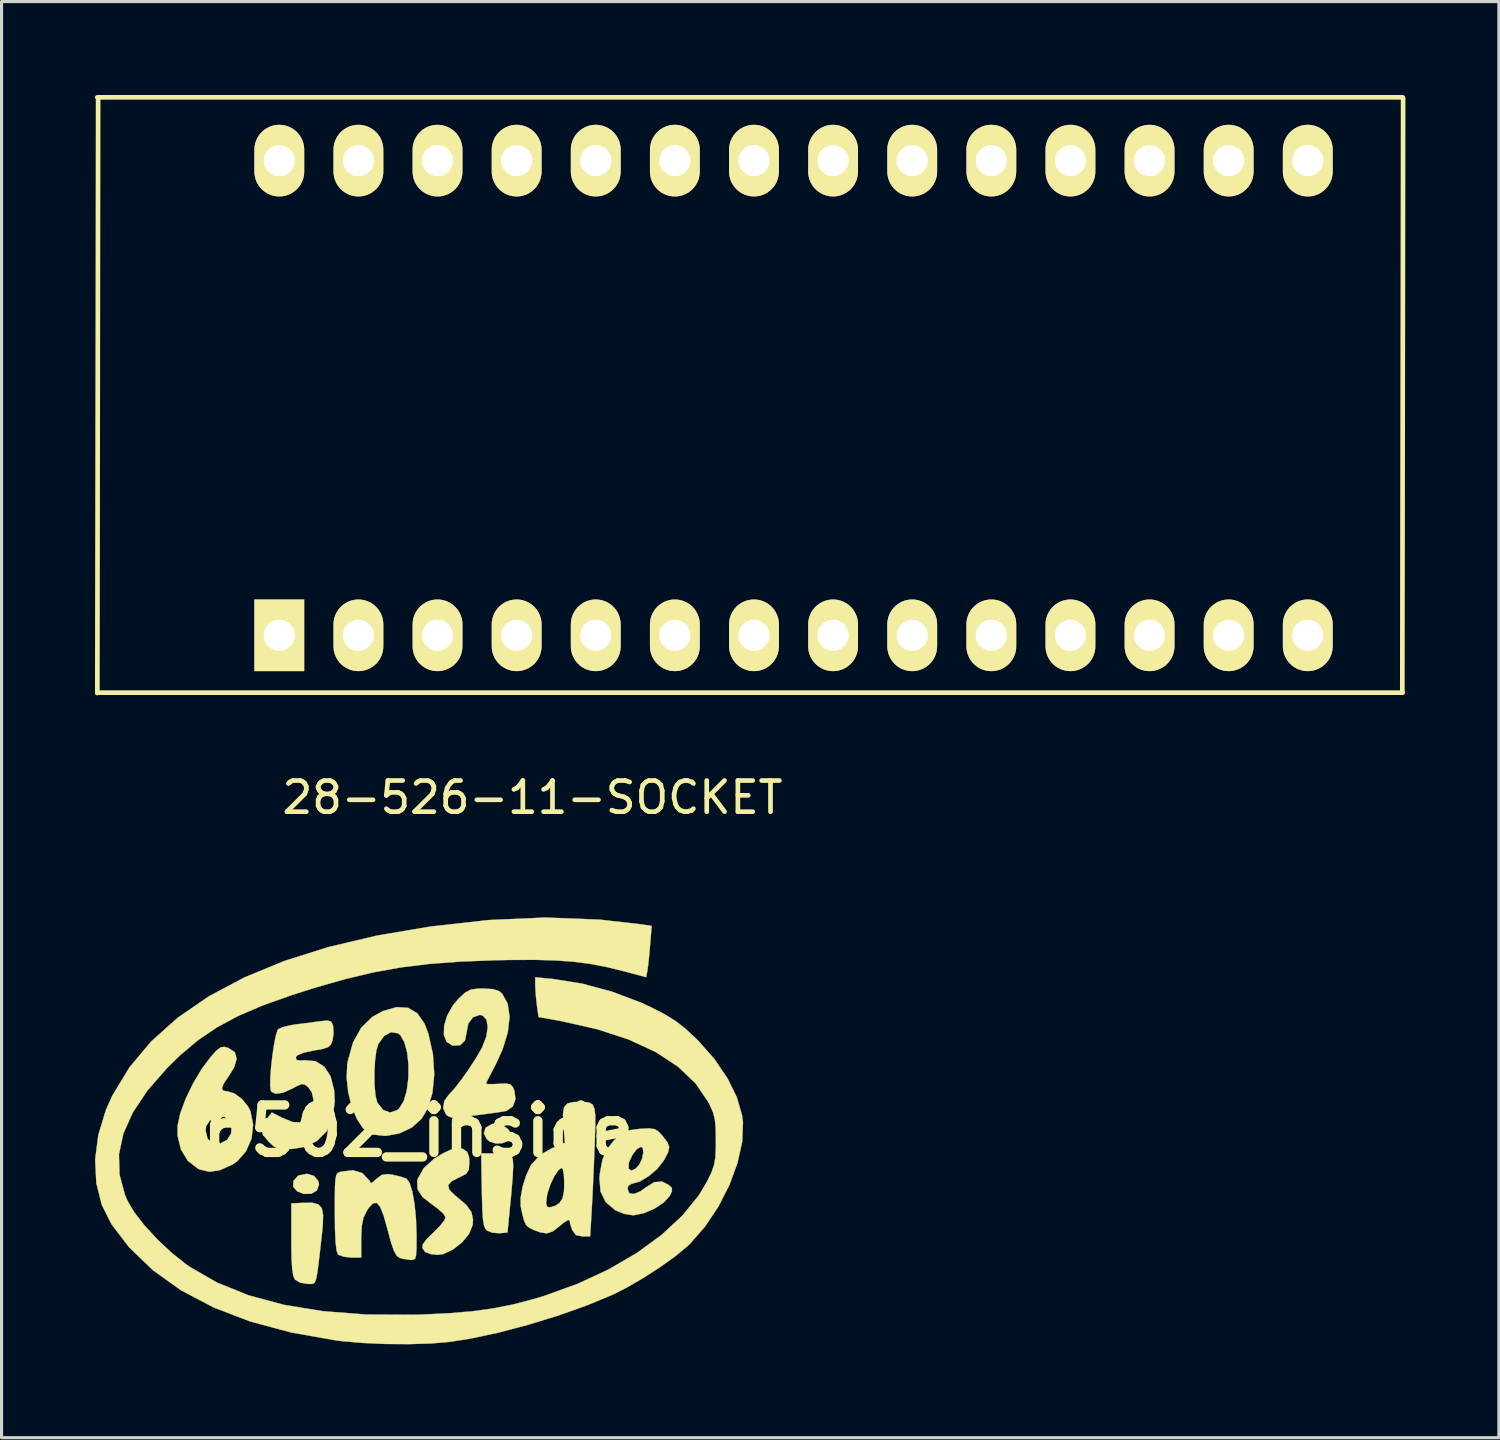
<source format=kicad_pcb>
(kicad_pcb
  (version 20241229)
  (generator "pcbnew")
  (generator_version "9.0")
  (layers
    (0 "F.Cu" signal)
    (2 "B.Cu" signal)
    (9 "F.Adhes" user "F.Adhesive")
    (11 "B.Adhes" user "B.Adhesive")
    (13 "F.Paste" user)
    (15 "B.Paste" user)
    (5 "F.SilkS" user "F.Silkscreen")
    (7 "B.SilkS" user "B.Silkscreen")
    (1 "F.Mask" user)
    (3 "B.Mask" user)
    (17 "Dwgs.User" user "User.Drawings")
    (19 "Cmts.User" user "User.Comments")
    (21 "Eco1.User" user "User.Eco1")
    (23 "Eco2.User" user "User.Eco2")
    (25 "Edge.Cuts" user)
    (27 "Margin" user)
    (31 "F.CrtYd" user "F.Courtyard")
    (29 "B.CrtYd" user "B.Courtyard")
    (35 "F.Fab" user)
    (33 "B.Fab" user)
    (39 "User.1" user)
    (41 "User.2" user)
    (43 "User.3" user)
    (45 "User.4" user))
  (footprint "6502_inside"
    (layer "F.Cu")
    (at 10.409 33.259)
    (property "Reference" "6502_inside" (at 0 0 0) (layer "F.SilkS") (effects (font (size 1.524 1.524) (thickness 0.3))))
    (attr through_hole)
    (fp_poly (pts (xy -3.38 1.444) (xy -3.241 1.604) (xy -3.217 1.725) (xy -3.286 1.914) (xy -3.464 2.018) (xy -3.704 2.022) (xy -3.916 1.941) (xy -4.046 1.789) (xy -4.039 1.606) (xy -3.901 1.45) (xy -3.852 1.424) (xy -3.6 1.376) (xy -3.38 1.444)) (stroke (width 0.01) (type solid)) (fill yes) (layer "F.SilkS"))
    (fp_poly (pts (xy 2.629 -0.22) (xy 2.854 -0.055) (xy 2.915 0.032) (xy 2.944 0.191) (xy 2.85 0.316) (xy 2.675 0.392) (xy 2.465 0.405) (xy 2.264 0.342) (xy 2.17 0.266) (xy 2.075 0.069) (xy 2.135 -0.105) (xy 2.337 -0.221) (xy 2.351 -0.225) (xy 2.629 -0.22)) (stroke (width 0.01) (type solid)) (fill yes) (layer "F.SilkS"))
    (fp_poly (pts (xy 2.434 0.723) (xy 2.703 0.742) (xy 2.907 0.786) (xy 2.97 0.82) (xy 3.006 0.916) (xy 3.017 1.123) (xy 3.002 1.457) (xy 2.963 1.936) (xy 2.949 2.086) (xy 2.834 3.26) (xy 2.581 3.285) (xy 2.347 3.267) (xy 2.18 3.2) (xy 2.119 3.134) (xy 2.076 3.023) (xy 2.047 2.837) (xy 2.028 2.55) (xy 2.015 2.133) (xy 2.01 1.905) (xy 1.99 0.72) (xy 2.434 0.723)) (stroke (width 0.01) (type solid)) (fill yes) (layer "F.SilkS"))
    (fp_poly (pts (xy -3.238 2.356) (xy -3.127 2.481) (xy -3.085 2.707) (xy -3.098 3.059) (xy -3.129 3.359) (xy -3.191 3.906) (xy -3.238 4.308) (xy -3.276 4.587) (xy -3.313 4.765) (xy -3.354 4.864) (xy -3.407 4.906) (xy -3.478 4.914) (xy -3.574 4.911) (xy -3.593 4.911) (xy -3.829 4.869) (xy -3.99 4.771) (xy -4.042 4.656) (xy -4.077 4.444) (xy -4.098 4.111) (xy -4.106 3.638) (xy -4.106 3.48) (xy -4.106 2.328) (xy -3.725 2.308) (xy -3.433 2.306) (xy -3.238 2.356)) (stroke (width 0.01) (type solid)) (fill yes) (layer "F.SilkS"))
    (fp_poly (pts (xy 1.388 0.574) (xy 1.41 0.583) (xy 1.545 0.681) (xy 1.601 0.847) (xy 1.609 1.013) (xy 1.592 1.242) (xy 1.515 1.371) (xy 1.336 1.466) (xy 1.333 1.467) (xy 1.05 1.609) (xy 0.929 1.742) (xy 0.967 1.891) (xy 1.159 2.079) (xy 1.221 2.127) (xy 1.514 2.379) (xy 1.676 2.606) (xy 1.728 2.848) (xy 1.714 3.028) (xy 1.601 3.306) (xy 1.373 3.58) (xy 1.08 3.81) (xy 0.771 3.953) (xy 0.598 3.979) (xy 0.364 3.953) (xy 0.199 3.889) (xy 0.186 3.878) (xy 0.105 3.764) (xy 0.113 3.646) (xy 0.225 3.49) (xy 0.456 3.264) (xy 0.466 3.255) (xy 0.668 3.049) (xy 0.807 2.869) (xy 0.847 2.774) (xy 0.78 2.661) (xy 0.607 2.502) (xy 0.423 2.37) (xy 0.105 2.12) (xy -0.054 1.87) (xy -0.064 1.603) (xy -0.046 1.537) (xy 0.145 1.197) (xy 0.483 0.888) (xy 0.783 0.709) (xy 1.054 0.585) (xy 1.238 0.544) (xy 1.388 0.574)) (stroke (width 0.01) (type solid)) (fill yes) (layer "F.SilkS"))
    (fp_poly (pts (xy -6.128 -2.664) (xy -5.919 -2.526) (xy -5.86 -2.311) (xy -5.95 -2.025) (xy -6.092 -1.797) (xy -6.27 -1.532) (xy -6.336 -1.371) (xy -6.294 -1.291) (xy -6.151 -1.27) (xy -5.926 -1.2) (xy -5.689 -1.021) (xy -5.491 -0.779) (xy -5.418 -0.633) (xy -5.332 -0.196) (xy -5.384 0.247) (xy -5.559 0.651) (xy -5.841 0.974) (xy -6 1.081) (xy -6.402 1.262) (xy -6.74 1.311) (xy -7.055 1.235) (xy -7.112 1.207) (xy -7.431 0.957) (xy -7.651 0.593) (xy -7.758 0.15) (xy -7.758 -0.007) (xy -6.858 -0.007) (xy -6.794 0.251) (xy -6.631 0.398) (xy -6.41 0.416) (xy -6.172 0.288) (xy -6.166 0.283) (xy -6.04 0.086) (xy -6.025 -0.134) (xy -6.104 -0.329) (xy -6.256 -0.453) (xy -6.464 -0.459) (xy -6.465 -0.458) (xy -6.723 -0.335) (xy -6.842 -0.152) (xy -6.858 -0.007) (xy -7.758 -0.007) (xy -7.757 -0.169) (xy -7.673 -0.56) (xy -7.5 -1.027) (xy -7.263 -1.52) (xy -6.985 -1.987) (xy -6.699 -2.37) (xy -6.508 -2.581) (xy -6.377 -2.683) (xy -6.257 -2.7) (xy -6.128 -2.664)) (stroke (width 0.01) (type solid)) (fill yes) (layer "F.SilkS"))
    (fp_poly (pts (xy -0.356 -3.952) (xy -0.059 -3.775) (xy 0.171 -3.444) (xy 0.294 -3.122) (xy 0.44 -2.465) (xy 0.483 -1.824) (xy 0.427 -1.233) (xy 0.273 -0.723) (xy 0.078 -0.392) (xy -0.239 -0.108) (xy -0.643 0.082) (xy -1.079 0.161) (xy -1.493 0.115) (xy -1.581 0.084) (xy -1.806 -0.088) (xy -2.005 -0.391) (xy -2.167 -0.787) (xy -2.279 -1.238) (xy -2.33 -1.706) (xy -2.323 -1.862) (xy -1.439 -1.862) (xy -1.434 -1.477) (xy -1.405 -1.145) (xy -1.349 -0.92) (xy -1.342 -0.905) (xy -1.156 -0.673) (xy -0.937 -0.591) (xy -0.713 -0.664) (xy -0.644 -0.723) (xy -0.498 -0.957) (xy -0.4 -1.294) (xy -0.349 -1.692) (xy -0.344 -2.11) (xy -0.385 -2.507) (xy -0.472 -2.841) (xy -0.603 -3.073) (xy -0.681 -3.135) (xy -0.906 -3.17) (xy -1.126 -3.05) (xy -1.311 -2.796) (xy -1.377 -2.576) (xy -1.419 -2.247) (xy -1.439 -1.862) (xy -2.323 -1.862) (xy -2.309 -2.153) (xy -2.297 -2.222) (xy -2.126 -2.838) (xy -1.861 -3.316) (xy -1.497 -3.667) (xy -1.166 -3.848) (xy -0.723 -3.975) (xy -0.356 -3.952)) (stroke (width 0.01) (type solid)) (fill yes) (layer "F.SilkS"))
    (fp_poly (pts (xy -1.824 1.355) (xy -1.602 1.59) (xy -1.552 1.679) (xy -1.491 1.647) (xy -1.362 1.531) (xy -1.358 1.528) (xy -1.195 1.408) (xy -0.999 1.386) (xy -0.865 1.405) (xy -0.618 1.462) (xy -0.427 1.526) (xy -0.411 1.533) (xy -0.31 1.668) (xy -0.222 1.944) (xy -0.152 2.335) (xy -0.104 2.811) (xy -0.085 3.346) (xy -0.085 3.415) (xy -0.087 3.768) (xy -0.1 3.984) (xy -0.131 4.097) (xy -0.191 4.138) (xy -0.275 4.143) (xy -0.514 4.108) (xy -0.635 4.072) (xy -0.728 3.999) (xy -0.816 3.837) (xy -0.91 3.561) (xy -1.016 3.168) (xy -1.139 2.726) (xy -1.251 2.443) (xy -1.361 2.311) (xy -1.479 2.32) (xy -1.615 2.462) (xy -1.684 2.567) (xy -1.79 2.788) (xy -1.845 3.055) (xy -1.863 3.425) (xy -1.863 3.46) (xy -1.863 4.064) (xy -2.184 4.064) (xy -2.421 4.039) (xy -2.591 3.976) (xy -2.608 3.962) (xy -2.654 3.84) (xy -2.685 3.573) (xy -2.704 3.153) (xy -2.709 2.609) (xy -2.709 2.126) (xy -2.704 1.785) (xy -2.69 1.561) (xy -2.665 1.426) (xy -2.623 1.355) (xy -2.56 1.322) (xy -2.509 1.308) (xy -2.121 1.263) (xy -1.824 1.355)) (stroke (width 0.01) (type solid)) (fill yes) (layer "F.SilkS"))
    (fp_poly (pts (xy 7.556 -0.058) (xy 7.685 0.023) (xy 7.817 0.167) (xy 7.97 0.366) (xy 8.027 0.52) (xy 7.989 0.691) (xy 7.857 0.938) (xy 7.84 0.967) (xy 7.641 1.219) (xy 7.372 1.45) (xy 7.088 1.62) (xy 6.841 1.693) (xy 6.825 1.693) (xy 6.712 1.764) (xy 6.689 1.863) (xy 6.745 2.001) (xy 6.895 2.024) (xy 7.11 1.934) (xy 7.266 1.82) (xy 7.547 1.645) (xy 7.801 1.628) (xy 8.006 1.731) (xy 8.113 1.832) (xy 8.113 1.941) (xy 8.043 2.084) (xy 7.854 2.296) (xy 7.558 2.492) (xy 7.216 2.64) (xy 6.891 2.706) (xy 6.858 2.707) (xy 6.577 2.662) (xy 6.302 2.55) (xy 6.291 2.543) (xy 5.986 2.282) (xy 5.821 1.944) (xy 5.786 1.512) (xy 5.8 1.364) (xy 5.828 1.216) (xy 6.725 1.216) (xy 6.811 1.276) (xy 6.95 1.211) (xy 7.065 1.082) (xy 7.154 0.897) (xy 7.194 0.7) (xy 7.18 0.552) (xy 7.125 0.508) (xy 6.994 0.579) (xy 6.853 0.755) (xy 6.746 0.979) (xy 6.728 1.037) (xy 6.725 1.216) (xy 5.828 1.216) (xy 5.881 0.933) (xy 6.018 0.606) (xy 6.241 0.318) (xy 6.342 0.217) (xy 6.54 0.062) (xy 6.76 -0.023) (xy 7.074 -0.066) (xy 7.097 -0.067) (xy 7.38 -0.081) (xy 7.556 -0.058)) (stroke (width 0.01) (type solid)) (fill yes) (layer "F.SilkS"))
    (fp_poly (pts (xy 2.367 -4.553) (xy 2.566 -4.488) (xy 2.661 -4.409) (xy 2.84 -4.089) (xy 2.901 -3.67) (xy 2.846 -3.171) (xy 2.675 -2.615) (xy 2.471 -2.165) (xy 2.323 -1.879) (xy 2.207 -1.656) (xy 2.144 -1.534) (xy 2.138 -1.524) (xy 2.201 -1.505) (xy 2.385 -1.503) (xy 2.539 -1.511) (xy 2.793 -1.521) (xy 2.933 -1.49) (xy 3.012 -1.398) (xy 3.052 -1.302) (xy 3.092 -1.021) (xy 3.005 -0.787) (xy 2.81 -0.648) (xy 2.776 -0.638) (xy 2.612 -0.61) (xy 2.335 -0.57) (xy 1.998 -0.526) (xy 1.649 -0.483) (xy 1.339 -0.448) (xy 1.12 -0.427) (xy 1.056 -0.423) (xy 0.922 -0.478) (xy 0.864 -0.525) (xy 0.769 -0.726) (xy 0.805 -0.962) (xy 0.941 -1.151) (xy 1.117 -1.342) (xy 1.344 -1.633) (xy 1.588 -1.977) (xy 1.816 -2.327) (xy 1.996 -2.636) (xy 2.022 -2.685) (xy 2.154 -3.027) (xy 2.2 -3.333) (xy 2.161 -3.57) (xy 2.04 -3.705) (xy 1.944 -3.725) (xy 1.726 -3.649) (xy 1.576 -3.448) (xy 1.524 -3.179) (xy 1.469 -2.902) (xy 1.314 -2.751) (xy 1.074 -2.74) (xy 1.061 -2.744) (xy 0.877 -2.864) (xy 0.792 -3.086) (xy 0.8 -3.375) (xy 0.897 -3.7) (xy 1.078 -4.025) (xy 1.268 -4.251) (xy 1.475 -4.441) (xy 1.653 -4.536) (xy 1.879 -4.569) (xy 2.051 -4.572) (xy 2.367 -4.553)) (stroke (width 0.01) (type solid)) (fill yes) (layer "F.SilkS"))
    (fp_poly (pts (xy 5.306 -0.93) (xy 5.462 -0.91) (xy 5.565 -0.848) (xy 5.625 -0.719) (xy 5.652 -0.501) (xy 5.653 -0.17) (xy 5.638 0.299) (xy 5.631 0.497) (xy 5.61 1.034) (xy 5.586 1.586) (xy 5.562 2.097) (xy 5.54 2.512) (xy 5.535 2.603) (xy 5.488 3.387) (xy 5.239 3.387) (xy 5.032 3.343) (xy 4.915 3.186) (xy 4.909 3.169) (xy 4.847 2.977) (xy 4.826 2.864) (xy 4.771 2.862) (xy 4.63 2.954) (xy 4.527 3.039) (xy 4.291 3.223) (xy 4.095 3.29) (xy 3.871 3.252) (xy 3.683 3.181) (xy 3.532 3.109) (xy 3.433 3.021) (xy 3.365 2.874) (xy 3.302 2.628) (xy 3.259 2.421) (xy 3.258 2.325) (xy 4.073 2.325) (xy 4.098 2.429) (xy 4.186 2.455) (xy 4.195 2.455) (xy 4.375 2.401) (xy 4.502 2.315) (xy 4.599 2.173) (xy 4.647 1.946) (xy 4.657 1.68) (xy 4.645 1.416) (xy 4.613 1.237) (xy 4.579 1.185) (xy 4.47 1.259) (xy 4.341 1.448) (xy 4.218 1.703) (xy 4.125 1.977) (xy 4.099 2.099) (xy 4.073 2.325) (xy 3.258 2.325) (xy 3.256 2.149) (xy 3.319 1.796) (xy 3.433 1.43) (xy 3.579 1.118) (xy 3.608 1.071) (xy 3.897 0.761) (xy 4.252 0.561) (xy 4.678 0.381) (xy 4.631 -0.179) (xy 4.615 -0.539) (xy 4.652 -0.764) (xy 4.761 -0.883) (xy 4.961 -0.928) (xy 5.09 -0.931) (xy 5.306 -0.93)) (stroke (width 0.01) (type solid)) (fill yes) (layer "F.SilkS"))
    (fp_poly (pts (xy -2.828 -3.509) (xy -2.773 -3.398) (xy -2.766 -3.37) (xy -2.75 -3.136) (xy -2.781 -2.917) (xy -2.831 -2.779) (xy -2.919 -2.693) (xy -3.088 -2.635) (xy -3.38 -2.582) (xy -3.391 -2.58) (xy -3.737 -2.506) (xy -3.923 -2.421) (xy -3.961 -2.364) (xy -3.941 -2.28) (xy -3.811 -2.259) (xy -3.685 -2.27) (xy -3.33 -2.239) (xy -3.047 -2.062) (xy -2.845 -1.751) (xy -2.733 -1.315) (xy -2.711 -0.955) (xy -2.778 -0.419) (xy -2.973 0.011) (xy -3.287 0.326) (xy -3.714 0.519) (xy -4.059 0.576) (xy -4.351 0.59) (xy -4.537 0.566) (xy -4.68 0.487) (xy -4.823 0.355) (xy -5.013 0.13) (xy -5.067 -0.056) (xy -4.988 -0.254) (xy -4.905 -0.369) (xy -4.731 -0.591) (xy -4.401 -0.422) (xy -4.066 -0.286) (xy -3.811 -0.272) (xy -3.602 -0.381) (xy -3.556 -0.423) (xy -3.421 -0.66) (xy -3.385 -0.954) (xy -3.446 -1.236) (xy -3.558 -1.399) (xy -3.673 -1.489) (xy -3.777 -1.504) (xy -3.932 -1.438) (xy -4.056 -1.369) (xy -4.371 -1.228) (xy -4.61 -1.192) (xy -4.75 -1.265) (xy -4.764 -1.293) (xy -4.785 -1.454) (xy -4.779 -1.728) (xy -4.753 -2.069) (xy -4.711 -2.434) (xy -4.659 -2.779) (xy -4.603 -3.062) (xy -4.547 -3.238) (xy -4.524 -3.27) (xy -4.372 -3.335) (xy -4.12 -3.395) (xy -3.957 -3.42) (xy -3.617 -3.463) (xy -3.279 -3.508) (xy -3.165 -3.523) (xy -2.94 -3.544) (xy -2.828 -3.509)) (stroke (width 0.01) (type solid)) (fill yes) (layer "F.SilkS"))
    (fp_poly (pts (xy 5.803 -6.783) (xy 7.097 -6.636) (xy 7.463 -6.583) (xy 7.41 -5.937) (xy 7.38 -5.6) (xy 7.349 -5.31) (xy 7.323 -5.126) (xy 7.321 -5.114) (xy 7.285 -4.936) (xy 6.572 -5.126) (xy 6.027 -5.26) (xy 5.502 -5.361) (xy 4.964 -5.431) (xy 4.378 -5.474) (xy 3.71 -5.493) (xy 2.927 -5.489) (xy 2.441 -5.48) (xy 1.326 -5.437) (xy 0.331 -5.363) (xy -0.59 -5.25) (xy -1.483 -5.088) (xy -2.396 -4.87) (xy -3.376 -4.589) (xy -4.109 -4.355) (xy -5.027 -4.029) (xy -5.809 -3.693) (xy -6.488 -3.329) (xy -7.097 -2.917) (xy -7.668 -2.438) (xy -8.095 -2.02) (xy -8.727 -1.295) (xy -9.194 -0.595) (xy -9.498 0.084) (xy -9.64 0.749) (xy -9.622 1.404) (xy -9.446 2.056) (xy -9.369 2.238) (xy -9.148 2.613) (xy -8.816 3.039) (xy -8.407 3.483) (xy -7.953 3.909) (xy -7.488 4.28) (xy -7.371 4.362) (xy -6.491 4.869) (xy -5.486 5.275) (xy -4.354 5.581) (xy -3.092 5.788) (xy -1.698 5.895) (xy -0.169 5.903) (xy 0.042 5.897) (xy 0.929 5.855) (xy 1.691 5.792) (xy 2.374 5.699) (xy 3.02 5.57) (xy 3.675 5.398) (xy 4.022 5.293) (xy 5.093 4.906) (xy 6.087 4.443) (xy 6.99 3.916) (xy 7.784 3.336) (xy 8.452 2.715) (xy 8.98 2.065) (xy 9.247 1.615) (xy 9.383 1.331) (xy 9.466 1.097) (xy 9.508 0.851) (xy 9.523 0.532) (xy 9.524 0.301) (xy 9.518 -0.091) (xy 9.491 -0.371) (xy 9.433 -0.598) (xy 9.331 -0.83) (xy 9.281 -0.927) (xy 8.87 -1.53) (xy 8.305 -2.066) (xy 7.589 -2.535) (xy 6.723 -2.936) (xy 5.711 -3.267) (xy 4.572 -3.523) (xy 3.831 -3.658) (xy 3.778 -4.042) (xy 3.745 -4.342) (xy 3.727 -4.618) (xy 3.725 -4.679) (xy 3.725 -4.933) (xy 4.333 -4.873) (xy 5.248 -4.725) (xy 6.2 -4.467) (xy 7.119 -4.12) (xy 7.43 -3.976) (xy 7.878 -3.746) (xy 8.229 -3.53) (xy 8.543 -3.286) (xy 8.884 -2.969) (xy 8.969 -2.884) (xy 9.482 -2.302) (xy 9.897 -1.69) (xy 10.198 -1.078) (xy 10.367 -0.494) (xy 10.395 -0.271) (xy 10.369 0.35) (xy 10.218 1.03) (xy 9.96 1.732) (xy 9.61 2.421) (xy 9.185 3.06) (xy 8.701 3.614) (xy 8.604 3.707) (xy 8.222 4.023) (xy 7.736 4.371) (xy 7.2 4.718) (xy 6.666 5.028) (xy 6.211 5.258) (xy 5.386 5.6) (xy 4.466 5.927) (xy 3.501 6.223) (xy 2.542 6.476) (xy 1.639 6.669) (xy 0.985 6.772) (xy 0.388 6.823) (xy -0.317 6.845) (xy -1.072 6.84) (xy -1.818 6.807) (xy -2.497 6.747) (xy -2.667 6.726) (xy -4.113 6.471) (xy -5.425 6.118) (xy -6.603 5.666) (xy -7.646 5.117) (xy -8.551 4.471) (xy -9.319 3.729) (xy -9.873 3.006) (xy -10.19 2.377) (xy -10.367 1.674) (xy -10.404 0.919) (xy -10.303 0.133) (xy -10.063 -0.663) (xy -9.854 -1.131) (xy -9.303 -2.041) (xy -8.602 -2.876) (xy -7.752 -3.636) (xy -6.756 -4.32) (xy -5.616 -4.927) (xy -4.334 -5.455) (xy -2.913 -5.904) (xy -1.354 -6.272) (xy 0.341 -6.559) (xy 2.168 -6.764) (xy 2.244 -6.771) (xy 4.046 -6.851) (xy 5.803 -6.783)) (stroke (width 0.01) (type solid)) (fill yes) (layer "F.SilkS")))
  (footprint "28-526-11-SOCKET"
    (layer "F.Cu")
    (at 5.917 17.347)
    (property "Reference" "28-526-11-SOCKET" (at 8.128 5.207 0) (layer "F.SilkS") (effects (font (size 1 1) (thickness 0.15))))
    (attr through_hole)
    (fp_line (start -5.842 -17.272) (end 36.068 -17.272) (stroke (width 0.15) (type solid)) (layer "F.SilkS"))
    (fp_line (start -5.842 1.841) (end 36.068 1.841) (stroke (width 0.15) (type solid)) (layer "F.SilkS"))
    (fp_line (start -5.817 -17.196) (end -5.842 1.854) (stroke (width 0.15) (type solid)) (layer "F.SilkS"))
    (fp_line (start 36.081 -17.234) (end 36.055 1.816) (stroke (width 0.15) (type solid)) (layer "F.SilkS"))
    (pad "1" thru_hole rect (at 0 0) (size 1.6 2.3) (drill 1) (layers "*.Cu" "*.Mask" "F.SilkS"))
    (pad "2" thru_hole oval (at 2.54 0) (size 1.6 2.3) (drill 1) (layers "*.Cu" "*.Mask" "F.SilkS"))
    (pad "3" thru_hole oval (at 5.08 0) (size 1.6 2.3) (drill 1) (layers "*.Cu" "*.Mask" "F.SilkS"))
    (pad "4" thru_hole oval (at 7.62 0) (size 1.6 2.3) (drill 1) (layers "*.Cu" "*.Mask" "F.SilkS"))
    (pad "5" thru_hole oval (at 10.16 0) (size 1.6 2.3) (drill 1) (layers "*.Cu" "*.Mask" "F.SilkS"))
    (pad "6" thru_hole oval (at 12.7 0) (size 1.6 2.3) (drill 1) (layers "*.Cu" "*.Mask" "F.SilkS"))
    (pad "7" thru_hole oval (at 15.24 0) (size 1.6 2.3) (drill 1) (layers "*.Cu" "*.Mask" "F.SilkS"))
    (pad "8" thru_hole oval (at 17.78 0) (size 1.6 2.3) (drill 1) (layers "*.Cu" "*.Mask" "F.SilkS"))
    (pad "9" thru_hole oval (at 20.32 0) (size 1.6 2.3) (drill 1) (layers "*.Cu" "*.Mask" "F.SilkS"))
    (pad "10" thru_hole oval (at 22.86 0) (size 1.6 2.3) (drill 1) (layers "*.Cu" "*.Mask" "F.SilkS"))
    (pad "11" thru_hole oval (at 25.4 0) (size 1.6 2.3) (drill 1) (layers "*.Cu" "*.Mask" "F.SilkS"))
    (pad "12" thru_hole oval (at 27.94 0) (size 1.6 2.3) (drill 1) (layers "*.Cu" "*.Mask" "F.SilkS"))
    (pad "13" thru_hole oval (at 30.48 0) (size 1.6 2.3) (drill 1) (layers "*.Cu" "*.Mask" "F.SilkS"))
    (pad "14" thru_hole oval (at 33.02 0) (size 1.6 2.3) (drill 1) (layers "*.Cu" "*.Mask" "F.SilkS"))
    (pad "15" thru_hole oval (at 33.02 -15.24) (size 1.6 2.3) (drill 1) (layers "*.Cu" "*.Mask" "F.SilkS"))
    (pad "16" thru_hole oval (at 30.48 -15.24) (size 1.6 2.3) (drill 1) (layers "*.Cu" "*.Mask" "F.SilkS"))
    (pad "17" thru_hole oval (at 27.94 -15.24) (size 1.6 2.3) (drill 1) (layers "*.Cu" "*.Mask" "F.SilkS"))
    (pad "18" thru_hole oval (at 25.4 -15.24) (size 1.6 2.3) (drill 1) (layers "*.Cu" "*.Mask" "F.SilkS"))
    (pad "19" thru_hole oval (at 22.86 -15.24) (size 1.6 2.3) (drill 1) (layers "*.Cu" "*.Mask" "F.SilkS"))
    (pad "20" thru_hole oval (at 20.32 -15.24) (size 1.6 2.3) (drill 1) (layers "*.Cu" "*.Mask" "F.SilkS"))
    (pad "21" thru_hole oval (at 17.78 -15.24) (size 1.6 2.3) (drill 1) (layers "*.Cu" "*.Mask" "F.SilkS"))
    (pad "22" thru_hole oval (at 15.24 -15.24) (size 1.6 2.3) (drill 1) (layers "*.Cu" "*.Mask" "F.SilkS"))
    (pad "23" thru_hole oval (at 12.7 -15.24) (size 1.6 2.3) (drill 1) (layers "*.Cu" "*.Mask" "F.SilkS"))
    (pad "24" thru_hole oval (at 10.16 -15.24) (size 1.6 2.3) (drill 1) (layers "*.Cu" "*.Mask" "F.SilkS"))
    (pad "25" thru_hole oval (at 7.62 -15.24) (size 1.6 2.3) (drill 1) (layers "*.Cu" "*.Mask" "F.SilkS"))
    (pad "26" thru_hole oval (at 5.08 -15.24) (size 1.6 2.3) (drill 1) (layers "*.Cu" "*.Mask" "F.SilkS"))
    (pad "27" thru_hole oval (at 2.54 -15.24) (size 1.6 2.3) (drill 1) (layers "*.Cu" "*.Mask" "F.SilkS"))
    (pad "28" thru_hole oval (at 0 -15.24) (size 1.6 2.3) (drill 1) (layers "*.Cu" "*.Mask" "F.SilkS")))
  (gr_rect
    (start -3 -3)
    (end 45.073 43.109)
    (stroke (width 0.1) (type default))
    (fill no)
    (layer "Edge.Cuts")))
</source>
